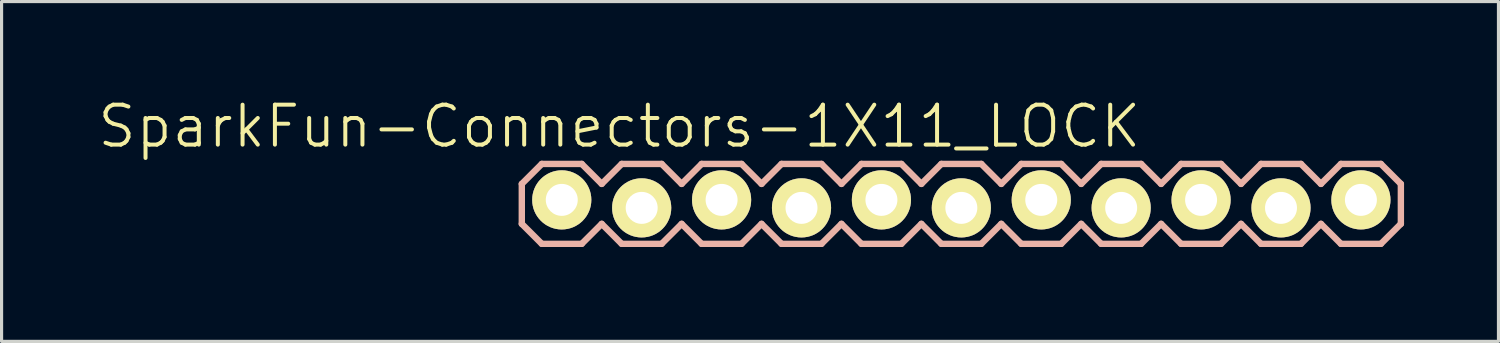
<source format=kicad_pcb>
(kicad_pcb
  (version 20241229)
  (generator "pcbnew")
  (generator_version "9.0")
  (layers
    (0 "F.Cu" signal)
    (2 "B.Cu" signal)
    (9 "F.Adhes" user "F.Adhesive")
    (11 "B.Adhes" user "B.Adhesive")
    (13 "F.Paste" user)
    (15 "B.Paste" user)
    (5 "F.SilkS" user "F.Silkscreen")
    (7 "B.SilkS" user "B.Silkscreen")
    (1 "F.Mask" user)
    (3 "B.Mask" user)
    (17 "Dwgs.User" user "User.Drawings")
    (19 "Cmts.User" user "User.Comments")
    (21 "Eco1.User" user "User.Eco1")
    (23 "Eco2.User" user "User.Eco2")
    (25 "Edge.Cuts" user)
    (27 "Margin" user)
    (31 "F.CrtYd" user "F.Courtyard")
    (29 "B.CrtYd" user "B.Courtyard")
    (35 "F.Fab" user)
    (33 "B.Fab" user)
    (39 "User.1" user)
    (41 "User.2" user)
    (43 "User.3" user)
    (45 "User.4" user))
  (footprint "SparkFun-Connectors-1X11_LOCK"
    (layer "F.Cu")
    (at 14.805 3.43)
    (property "Reference" "SparkFun-Connectors-1X11_LOCK" (at 1.829 -2.464 0) (layer "F.SilkS") (effects (font (size 1.27 1.27) (thickness 0.127))))
    (attr exclude_from_pos_files exclude_from_bom)
    (fp_line (start -0.254 -0.254) (end 0.254 -0.254) (stroke (width 0.066) (type solid)) (layer "F.SilkS"))
    (fp_line (start -0.254 0.254) (end -0.254 -0.254) (stroke (width 0.066) (type solid)) (layer "F.SilkS"))
    (fp_line (start -0.254 0.254) (end 0.254 0.254) (stroke (width 0.066) (type solid)) (layer "F.SilkS"))
    (fp_line (start 0.254 0.254) (end 0.254 -0.254) (stroke (width 0.066) (type solid)) (layer "F.SilkS"))
    (fp_line (start 2.286 -0.254) (end 2.794 -0.254) (stroke (width 0.066) (type solid)) (layer "F.SilkS"))
    (fp_line (start 2.286 0.254) (end 2.286 -0.254) (stroke (width 0.066) (type solid)) (layer "F.SilkS"))
    (fp_line (start 2.286 0.254) (end 2.794 0.254) (stroke (width 0.066) (type solid)) (layer "F.SilkS"))
    (fp_line (start 2.794 0.254) (end 2.794 -0.254) (stroke (width 0.066) (type solid)) (layer "F.SilkS"))
    (fp_line (start 4.826 -0.254) (end 5.334 -0.254) (stroke (width 0.066) (type solid)) (layer "F.SilkS"))
    (fp_line (start 4.826 0.254) (end 4.826 -0.254) (stroke (width 0.066) (type solid)) (layer "F.SilkS"))
    (fp_line (start 4.826 0.254) (end 5.334 0.254) (stroke (width 0.066) (type solid)) (layer "F.SilkS"))
    (fp_line (start 5.334 0.254) (end 5.334 -0.254) (stroke (width 0.066) (type solid)) (layer "F.SilkS"))
    (fp_line (start 7.366 -0.254) (end 7.874 -0.254) (stroke (width 0.066) (type solid)) (layer "F.SilkS"))
    (fp_line (start 7.366 0.254) (end 7.366 -0.254) (stroke (width 0.066) (type solid)) (layer "F.SilkS"))
    (fp_line (start 7.366 0.254) (end 7.874 0.254) (stroke (width 0.066) (type solid)) (layer "F.SilkS"))
    (fp_line (start 7.874 0.254) (end 7.874 -0.254) (stroke (width 0.066) (type solid)) (layer "F.SilkS"))
    (fp_line (start 9.906 -0.254) (end 10.414 -0.254) (stroke (width 0.066) (type solid)) (layer "F.SilkS"))
    (fp_line (start 9.906 0.254) (end 9.906 -0.254) (stroke (width 0.066) (type solid)) (layer "F.SilkS"))
    (fp_line (start 9.906 0.254) (end 10.414 0.254) (stroke (width 0.066) (type solid)) (layer "F.SilkS"))
    (fp_line (start 10.414 0.254) (end 10.414 -0.254) (stroke (width 0.066) (type solid)) (layer "F.SilkS"))
    (fp_line (start 12.446 -0.254) (end 12.954 -0.254) (stroke (width 0.066) (type solid)) (layer "F.SilkS"))
    (fp_line (start 12.446 0.254) (end 12.446 -0.254) (stroke (width 0.066) (type solid)) (layer "F.SilkS"))
    (fp_line (start 12.446 0.254) (end 12.954 0.254) (stroke (width 0.066) (type solid)) (layer "F.SilkS"))
    (fp_line (start 12.954 0.254) (end 12.954 -0.254) (stroke (width 0.066) (type solid)) (layer "F.SilkS"))
    (fp_line (start 14.986 -0.254) (end 15.494 -0.254) (stroke (width 0.066) (type solid)) (layer "F.SilkS"))
    (fp_line (start 14.986 0.254) (end 14.986 -0.254) (stroke (width 0.066) (type solid)) (layer "F.SilkS"))
    (fp_line (start 14.986 0.254) (end 15.494 0.254) (stroke (width 0.066) (type solid)) (layer "F.SilkS"))
    (fp_line (start 15.494 0.254) (end 15.494 -0.254) (stroke (width 0.066) (type solid)) (layer "F.SilkS"))
    (fp_line (start 17.523 -0.254) (end 18.034 -0.254) (stroke (width 0.066) (type solid)) (layer "F.SilkS"))
    (fp_line (start 17.523 0.254) (end 17.523 -0.254) (stroke (width 0.066) (type solid)) (layer "F.SilkS"))
    (fp_line (start 17.523 0.254) (end 18.034 0.254) (stroke (width 0.066) (type solid)) (layer "F.SilkS"))
    (fp_line (start 18.034 0.254) (end 18.034 -0.254) (stroke (width 0.066) (type solid)) (layer "F.SilkS"))
    (fp_line (start 20.066 -0.254) (end 20.574 -0.254) (stroke (width 0.066) (type solid)) (layer "F.SilkS"))
    (fp_line (start 20.066 0.254) (end 20.066 -0.254) (stroke (width 0.066) (type solid)) (layer "F.SilkS"))
    (fp_line (start 20.066 0.254) (end 20.574 0.254) (stroke (width 0.066) (type solid)) (layer "F.SilkS"))
    (fp_line (start 20.574 0.254) (end 20.574 -0.254) (stroke (width 0.066) (type solid)) (layer "F.SilkS"))
    (fp_line (start 22.606 -0.254) (end 23.114 -0.254) (stroke (width 0.066) (type solid)) (layer "F.SilkS"))
    (fp_line (start 22.606 0.254) (end 22.606 -0.254) (stroke (width 0.066) (type solid)) (layer "F.SilkS"))
    (fp_line (start 22.606 0.254) (end 23.114 0.254) (stroke (width 0.066) (type solid)) (layer "F.SilkS"))
    (fp_line (start 23.114 0.254) (end 23.114 -0.254) (stroke (width 0.066) (type solid)) (layer "F.SilkS"))
    (fp_line (start 25.146 -0.254) (end 25.654 -0.254) (stroke (width 0.066) (type solid)) (layer "F.SilkS"))
    (fp_line (start 25.146 0.254) (end 25.146 -0.254) (stroke (width 0.066) (type solid)) (layer "F.SilkS"))
    (fp_line (start 25.146 0.254) (end 25.654 0.254) (stroke (width 0.066) (type solid)) (layer "F.SilkS"))
    (fp_line (start 25.654 0.254) (end 25.654 -0.254) (stroke (width 0.066) (type solid)) (layer "F.SilkS"))
    (fp_line (start -1.27 -0.635) (end -1.27 0.635) (stroke (width 0.203) (type solid)) (layer "B.SilkS"))
    (fp_line (start -1.27 0.635) (end -0.635 1.27) (stroke (width 0.203) (type solid)) (layer "B.SilkS"))
    (fp_line (start -0.635 -1.27) (end -1.27 -0.635) (stroke (width 0.203) (type solid)) (layer "B.SilkS"))
    (fp_line (start -0.635 -1.27) (end 0.635 -1.27) (stroke (width 0.203) (type solid)) (layer "B.SilkS"))
    (fp_line (start 0.635 -1.27) (end 1.27 -0.635) (stroke (width 0.203) (type solid)) (layer "B.SilkS"))
    (fp_line (start 0.635 1.27) (end -0.635 1.27) (stroke (width 0.203) (type solid)) (layer "B.SilkS"))
    (fp_line (start 1.27 -0.635) (end 1.905 -1.27) (stroke (width 0.203) (type solid)) (layer "B.SilkS"))
    (fp_line (start 1.27 0.635) (end 0.635 1.27) (stroke (width 0.203) (type solid)) (layer "B.SilkS"))
    (fp_line (start 1.905 -1.27) (end 3.175 -1.27) (stroke (width 0.203) (type solid)) (layer "B.SilkS"))
    (fp_line (start 1.905 1.27) (end 1.27 0.635) (stroke (width 0.203) (type solid)) (layer "B.SilkS"))
    (fp_line (start 3.175 -1.27) (end 3.81 -0.635) (stroke (width 0.203) (type solid)) (layer "B.SilkS"))
    (fp_line (start 3.175 1.27) (end 1.905 1.27) (stroke (width 0.203) (type solid)) (layer "B.SilkS"))
    (fp_line (start 3.81 -0.635) (end 4.445 -1.27) (stroke (width 0.203) (type solid)) (layer "B.SilkS"))
    (fp_line (start 3.81 0.635) (end 3.175 1.27) (stroke (width 0.203) (type solid)) (layer "B.SilkS"))
    (fp_line (start 4.445 -1.27) (end 5.715 -1.27) (stroke (width 0.203) (type solid)) (layer "B.SilkS"))
    (fp_line (start 4.445 1.27) (end 3.81 0.635) (stroke (width 0.203) (type solid)) (layer "B.SilkS"))
    (fp_line (start 5.715 -1.27) (end 6.35 -0.635) (stroke (width 0.203) (type solid)) (layer "B.SilkS"))
    (fp_line (start 5.715 1.27) (end 4.445 1.27) (stroke (width 0.203) (type solid)) (layer "B.SilkS"))
    (fp_line (start 6.35 0.635) (end 5.715 1.27) (stroke (width 0.203) (type solid)) (layer "B.SilkS"))
    (fp_line (start 6.35 0.635) (end 6.985 1.27) (stroke (width 0.203) (type solid)) (layer "B.SilkS"))
    (fp_line (start 6.985 -1.27) (end 6.35 -0.635) (stroke (width 0.203) (type solid)) (layer "B.SilkS"))
    (fp_line (start 6.985 -1.27) (end 8.255 -1.27) (stroke (width 0.203) (type solid)) (layer "B.SilkS"))
    (fp_line (start 8.255 -1.27) (end 8.89 -0.635) (stroke (width 0.203) (type solid)) (layer "B.SilkS"))
    (fp_line (start 8.255 1.27) (end 6.985 1.27) (stroke (width 0.203) (type solid)) (layer "B.SilkS"))
    (fp_line (start 8.89 -0.635) (end 9.525 -1.27) (stroke (width 0.203) (type solid)) (layer "B.SilkS"))
    (fp_line (start 8.89 0.635) (end 8.255 1.27) (stroke (width 0.203) (type solid)) (layer "B.SilkS"))
    (fp_line (start 9.525 -1.27) (end 10.795 -1.27) (stroke (width 0.203) (type solid)) (layer "B.SilkS"))
    (fp_line (start 9.525 1.27) (end 8.89 0.635) (stroke (width 0.203) (type solid)) (layer "B.SilkS"))
    (fp_line (start 10.795 -1.27) (end 11.43 -0.635) (stroke (width 0.203) (type solid)) (layer "B.SilkS"))
    (fp_line (start 10.795 1.27) (end 9.525 1.27) (stroke (width 0.203) (type solid)) (layer "B.SilkS"))
    (fp_line (start 11.43 -0.635) (end 12.065 -1.27) (stroke (width 0.203) (type solid)) (layer "B.SilkS"))
    (fp_line (start 11.43 0.635) (end 10.795 1.27) (stroke (width 0.203) (type solid)) (layer "B.SilkS"))
    (fp_line (start 12.065 -1.27) (end 13.335 -1.27) (stroke (width 0.203) (type solid)) (layer "B.SilkS"))
    (fp_line (start 12.065 1.27) (end 11.43 0.635) (stroke (width 0.203) (type solid)) (layer "B.SilkS"))
    (fp_line (start 13.335 -1.27) (end 13.97 -0.635) (stroke (width 0.203) (type solid)) (layer "B.SilkS"))
    (fp_line (start 13.335 1.27) (end 12.065 1.27) (stroke (width 0.203) (type solid)) (layer "B.SilkS"))
    (fp_line (start 13.97 0.635) (end 13.335 1.27) (stroke (width 0.203) (type solid)) (layer "B.SilkS"))
    (fp_line (start 13.97 0.635) (end 14.605 1.27) (stroke (width 0.203) (type solid)) (layer "B.SilkS"))
    (fp_line (start 14.605 -1.27) (end 13.97 -0.635) (stroke (width 0.203) (type solid)) (layer "B.SilkS"))
    (fp_line (start 14.605 -1.27) (end 15.875 -1.27) (stroke (width 0.203) (type solid)) (layer "B.SilkS"))
    (fp_line (start 15.875 -1.27) (end 16.51 -0.635) (stroke (width 0.203) (type solid)) (layer "B.SilkS"))
    (fp_line (start 15.875 1.27) (end 14.605 1.27) (stroke (width 0.203) (type solid)) (layer "B.SilkS"))
    (fp_line (start 16.51 0.635) (end 15.875 1.27) (stroke (width 0.203) (type solid)) (layer "B.SilkS"))
    (fp_line (start 16.51 0.635) (end 17.145 1.27) (stroke (width 0.203) (type solid)) (layer "B.SilkS"))
    (fp_line (start 17.145 -1.27) (end 16.51 -0.635) (stroke (width 0.203) (type solid)) (layer "B.SilkS"))
    (fp_line (start 17.145 -1.27) (end 18.415 -1.27) (stroke (width 0.203) (type solid)) (layer "B.SilkS"))
    (fp_line (start 18.415 -1.27) (end 19.05 -0.635) (stroke (width 0.203) (type solid)) (layer "B.SilkS"))
    (fp_line (start 18.415 1.27) (end 17.145 1.27) (stroke (width 0.203) (type solid)) (layer "B.SilkS"))
    (fp_line (start 19.05 0.635) (end 18.415 1.27) (stroke (width 0.203) (type solid)) (layer "B.SilkS"))
    (fp_line (start 19.05 0.635) (end 19.685 1.27) (stroke (width 0.203) (type solid)) (layer "B.SilkS"))
    (fp_line (start 19.685 -1.27) (end 19.05 -0.635) (stroke (width 0.203) (type solid)) (layer "B.SilkS"))
    (fp_line (start 19.685 -1.27) (end 20.955 -1.27) (stroke (width 0.203) (type solid)) (layer "B.SilkS"))
    (fp_line (start 20.955 -1.27) (end 21.59 -0.635) (stroke (width 0.203) (type solid)) (layer "B.SilkS"))
    (fp_line (start 20.955 1.27) (end 19.685 1.27) (stroke (width 0.203) (type solid)) (layer "B.SilkS"))
    (fp_line (start 21.59 0.635) (end 20.955 1.27) (stroke (width 0.203) (type solid)) (layer "B.SilkS"))
    (fp_line (start 21.59 0.635) (end 22.225 1.27) (stroke (width 0.203) (type solid)) (layer "B.SilkS"))
    (fp_line (start 22.225 -1.27) (end 21.59 -0.635) (stroke (width 0.203) (type solid)) (layer "B.SilkS"))
    (fp_line (start 22.225 -1.27) (end 23.495 -1.27) (stroke (width 0.203) (type solid)) (layer "B.SilkS"))
    (fp_line (start 23.495 -1.27) (end 24.13 -0.635) (stroke (width 0.203) (type solid)) (layer "B.SilkS"))
    (fp_line (start 23.495 1.27) (end 22.225 1.27) (stroke (width 0.203) (type solid)) (layer "B.SilkS"))
    (fp_line (start 24.13 0.635) (end 23.495 1.27) (stroke (width 0.203) (type solid)) (layer "B.SilkS"))
    (fp_line (start 24.13 0.635) (end 24.765 1.27) (stroke (width 0.203) (type solid)) (layer "B.SilkS"))
    (fp_line (start 24.765 -1.27) (end 24.13 -0.635) (stroke (width 0.203) (type solid)) (layer "B.SilkS"))
    (fp_line (start 24.765 -1.27) (end 26.035 -1.27) (stroke (width 0.203) (type solid)) (layer "B.SilkS"))
    (fp_line (start 26.035 -1.27) (end 26.67 -0.635) (stroke (width 0.203) (type solid)) (layer "B.SilkS"))
    (fp_line (start 26.035 1.27) (end 24.765 1.27) (stroke (width 0.203) (type solid)) (layer "B.SilkS"))
    (fp_line (start 26.67 -0.635) (end 26.67 0.635) (stroke (width 0.203) (type solid)) (layer "B.SilkS"))
    (fp_line (start 26.67 0.635) (end 26.035 1.27) (stroke (width 0.203) (type solid)) (layer "B.SilkS"))
    (pad "1" thru_hole circle (at 0 -0.127) (size 1.88 1.88) (drill 1.016) (layers "*.Cu" "F.Mask" "F.SilkS" "F.Paste"))
    (pad "2" thru_hole circle (at 2.54 0.127) (size 1.88 1.88) (drill 1.016) (layers "*.Cu" "F.Mask" "F.SilkS" "F.Paste"))
    (pad "3" thru_hole circle (at 5.08 -0.127) (size 1.88 1.88) (drill 1.016) (layers "*.Cu" "F.Mask" "F.SilkS" "F.Paste"))
    (pad "4" thru_hole circle (at 7.62 0.127) (size 1.88 1.88) (drill 1.016) (layers "*.Cu" "F.Mask" "F.SilkS" "F.Paste"))
    (pad "5" thru_hole circle (at 10.16 -0.127) (size 1.88 1.88) (drill 1.016) (layers "*.Cu" "F.Mask" "F.SilkS" "F.Paste"))
    (pad "6" thru_hole circle (at 12.7 0.127) (size 1.88 1.88) (drill 1.016) (layers "*.Cu" "F.Mask" "F.SilkS" "F.Paste"))
    (pad "7" thru_hole circle (at 15.24 -0.127) (size 1.88 1.88) (drill 1.016) (layers "*.Cu" "F.Mask" "F.SilkS" "F.Paste"))
    (pad "8" thru_hole circle (at 17.78 0.127) (size 1.88 1.88) (drill 1.016) (layers "*.Cu" "F.Mask" "F.SilkS" "F.Paste"))
    (pad "9" thru_hole circle (at 20.32 -0.127) (size 1.88 1.88) (drill 1.016) (layers "*.Cu" "F.Mask" "F.SilkS" "F.Paste"))
    (pad "10" thru_hole circle (at 22.86 0.127) (size 1.88 1.88) (drill 1.016) (layers "*.Cu" "F.Mask" "F.SilkS" "F.Paste"))
    (pad "11" thru_hole circle (at 25.4 -0.127) (size 1.88 1.88) (drill 1.016) (layers "*.Cu" "F.Mask" "F.SilkS" "F.Paste")))
  (gr_rect
    (start -3 -3)
    (end 44.577 7.801)
    (stroke (width 0.1) (type default))
    (fill no)
    (layer "Edge.Cuts")))
</source>
